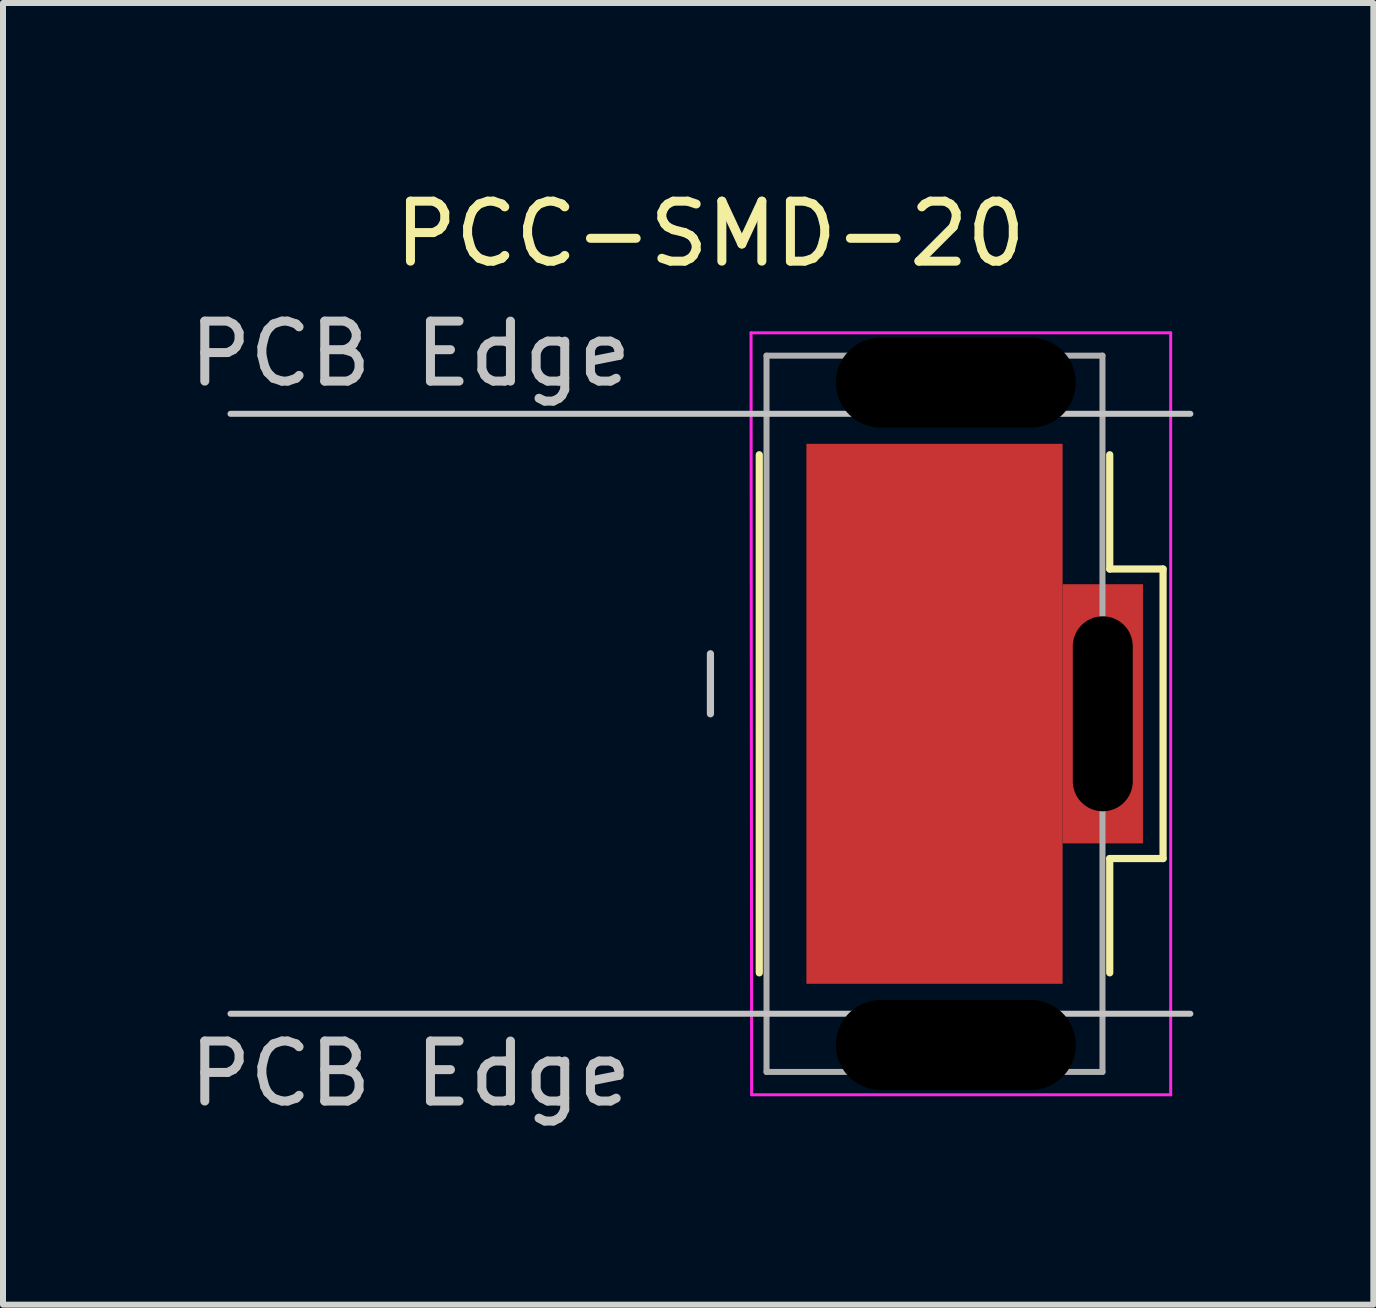
<source format=kicad_pcb>
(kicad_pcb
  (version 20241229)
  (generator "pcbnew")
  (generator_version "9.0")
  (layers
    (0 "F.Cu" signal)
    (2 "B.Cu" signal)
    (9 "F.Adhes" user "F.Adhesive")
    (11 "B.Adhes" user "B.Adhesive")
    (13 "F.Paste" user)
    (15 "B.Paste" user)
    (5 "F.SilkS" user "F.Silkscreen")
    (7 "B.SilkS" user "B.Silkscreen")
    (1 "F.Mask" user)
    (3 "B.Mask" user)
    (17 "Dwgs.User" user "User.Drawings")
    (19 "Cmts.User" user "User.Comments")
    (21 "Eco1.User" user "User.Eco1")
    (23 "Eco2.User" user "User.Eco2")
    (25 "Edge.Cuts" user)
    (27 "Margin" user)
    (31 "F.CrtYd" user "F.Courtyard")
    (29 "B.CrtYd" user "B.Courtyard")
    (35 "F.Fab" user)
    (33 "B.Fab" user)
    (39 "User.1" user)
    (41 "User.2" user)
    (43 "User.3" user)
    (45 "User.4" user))
  (footprint "PCC-SMD-20"
    (layer "F.Cu")
    (at 8.792 8.848)
    (property "Reference" "PCC-SMD-20" (at 0 -8 0) (unlocked yes) (layer "F.SilkS") (effects (font (size 1 1) (thickness 0.15))))
    (attr smd)
    (fp_line (start 0.814 4.318) (end 0.814 -4.318) (stroke (width 0.12) (type solid)) (layer "F.SilkS"))
    (fp_line (start 6.656 -4.318) (end 6.656 -2.413) (stroke (width 0.12) (type solid)) (layer "F.SilkS"))
    (fp_line (start 6.656 2.413) (end 6.656 4.318) (stroke (width 0.12) (type solid)) (layer "F.SilkS"))
    (fp_line (start 7.545 -2.413) (end 6.656 -2.413) (stroke (width 0.12) (type solid)) (layer "F.SilkS"))
    (fp_line (start 7.545 2.413) (end 6.656 2.413) (stroke (width 0.12) (type solid)) (layer "F.SilkS"))
    (fp_line (start 7.545 2.413) (end 7.545 -2.413) (stroke (width 0.12) (type solid)) (layer "F.SilkS"))
    (fp_rect (start 1.785 -4.325) (end 3.435 -2.375) (stroke (width 0) (type solid)) (fill yes) (layer "F.Paste"))
    (fp_rect (start 1.785 2.375) (end 3.435 4.325) (stroke (width 0) (type solid)) (fill yes) (layer "F.Paste"))
    (fp_rect (start 1.835 -2.1) (end 3.485 -0.15) (stroke (width 0) (type solid)) (fill yes) (layer "F.Paste"))
    (fp_rect (start 1.835 0.15) (end 3.485 2.1) (stroke (width 0) (type solid)) (fill yes) (layer "F.Paste"))
    (fp_rect (start 4.035 0.15) (end 5.685 2.1) (stroke (width 0) (type solid)) (fill yes) (layer "F.Paste"))
    (fp_rect (start 4.06 -4.35) (end 5.71 -2.4) (stroke (width 0) (type solid)) (fill yes) (layer "F.Paste"))
    (fp_rect (start 4.06 2.4) (end 5.71 4.35) (stroke (width 0) (type solid)) (fill yes) (layer "F.Paste"))
    (fp_rect (start 4.085 -2.15) (end 5.735 -0.2) (stroke (width 0) (type solid)) (fill yes) (layer "F.Paste"))
    (fp_line (start -8 -5) (end 8 -5) (stroke (width 0.1) (type solid)) (layer "Dwgs.User"))
    (fp_line (start -8 5) (end 8 5) (stroke (width 0.1) (type solid)) (layer "Dwgs.User"))
    (fp_line (start 0 -1) (end 0 0) (stroke (width 0.12) (type solid)) (layer "Dwgs.User"))
    (fp_line (start 0.677 -6.35) (end 7.672 -6.35) (stroke (width 0.05) (type solid)) (layer "F.CrtYd"))
    (fp_line (start 0.687 6.35) (end 0.677 -6.35) (stroke (width 0.05) (type solid)) (layer "F.CrtYd"))
    (fp_line (start 7.672 -6.35) (end 7.672 6.35) (stroke (width 0.05) (type solid)) (layer "F.CrtYd"))
    (fp_line (start 7.672 6.35) (end 0.687 6.35) (stroke (width 0.05) (type solid)) (layer "F.CrtYd"))
    (fp_line (start 0.935 -5.97) (end 6.535 -5.97) (stroke (width 0.1) (type solid)) (layer "F.Fab"))
    (fp_line (start 0.935 5.97) (end 0.935 -5.97) (stroke (width 0.1) (type solid)) (layer "F.Fab"))
    (fp_line (start 0.935 5.97) (end 6.535 5.97) (stroke (width 0.1) (type solid)) (layer "F.Fab"))
    (fp_line (start 6.535 5.97) (end 6.535 -5.97) (stroke (width 0.1) (type solid)) (layer "F.Fab"))
    (fp_text user "PCB Edge" (at -5 -6 0) (layer "Dwgs.User") (effects (font (size 1 1) (thickness 0.15))))
    (fp_text user "PCB Edge" (at -5 6 0) (layer "Dwgs.User") (effects (font (size 1 1) (thickness 0.15))))
    (pad "" np_thru_hole oval (at 4.09 -5.52) (size 4 1.5) (drill oval 4 1.5) (layers "*.Mask"))
    (pad "" np_thru_hole oval (at 4.09 5.52) (size 4 1.5) (drill oval 4 1.5) (layers "*.Mask"))
    (pad "" np_thru_hole oval (at 6.54 0) (size 1 3.25) (drill oval 1 3.25) (layers "*.Mask"))
    (pad "1" smd rect (at 3.735 0) (size 4.27 9) (layers "F.Cu" "F.Mask"))
    (pad "1" smd rect (at 6.54 0) (size 1.34 4.32) (layers "F.Cu" "F.Mask")))
  (gr_rect
    (start -3 -3)
    (end 19.842 18.697)
    (stroke (width 0.1) (type default))
    (fill no)
    (layer "Edge.Cuts")))
</source>
